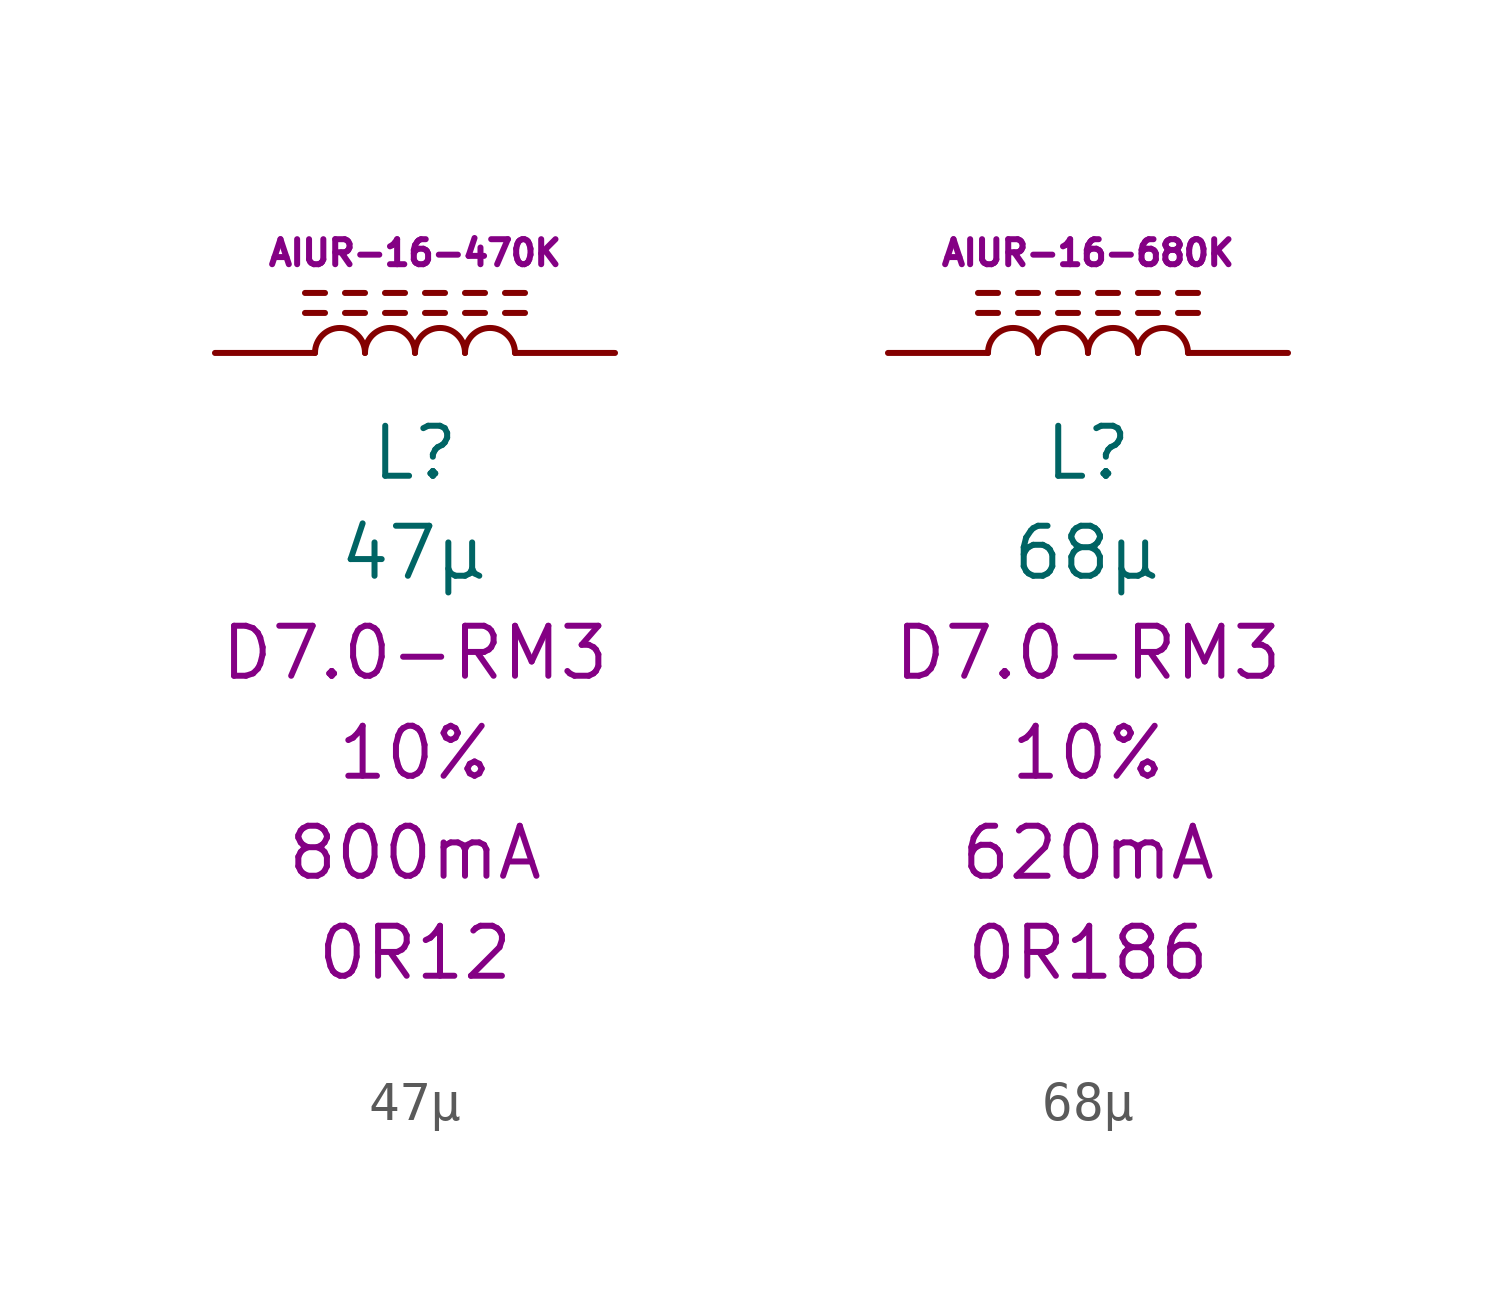
<source format=kicad_sym>
(kicad_symbol_lib
  (version 20231120)
  (generator "kicad_symbol_editor")
  (generator_version "8.0")
  (symbol "47µ"
    (pin_numbers hide)
    (pin_names
      (offset 1.016) hide)
    (property "Reference" "L"
      (at 0 -2.54 0)
      (effects (font (size 1.27 1.27))))
    (property "Value" "47µ"
      (at 0 -5.08 0)
      (effects (font (size 1.27 1.27))))
    (property "Package" "D7.0-RM3"
      (at 0 -7.62 0)
      (effects (font (size 1.27 1.27))))
    (property "Tolerance" "10%"
      (at 0 -10.16 0)
      (effects (font (size 1.27 1.27))))
    (property "Current" "800mA"
      (at 0 -12.7 0)
      (effects (font (size 1.27 1.27))))
    (property "DCR" "0R12"
      (at 0 -15.24 0)
      (effects (font (size 1.27 1.27))))
    (property "MPN" "AIUR-16-470K"
      (at 0 2.54 0)
      (effects (font (size 0.635 0.635))))
    (symbol "47µ_0_1"
      (arc (start -1.27 0) (mid -1.905 0.6323) (end -2.54 0) (stroke (width 0) (type default)) (fill (type none)))
      (arc (start 0 0) (mid -0.635 0.6323) (end -1.27 0) (stroke (width 0) (type default)) (fill (type none)))
      (polyline (pts (xy -2.794 1.524) (xy -2.286 1.524)) (stroke (width 0) (type default)) (fill (type none)))
      (polyline (pts (xy -2.286 1.016) (xy -2.794 1.016)) (stroke (width 0) (type default)) (fill (type none)))
      (polyline (pts (xy -1.778 1.524) (xy -1.27 1.524)) (stroke (width 0) (type default)) (fill (type none)))
      (polyline (pts (xy -1.27 1.016) (xy -1.778 1.016)) (stroke (width 0) (type default)) (fill (type none)))
      (polyline (pts (xy -0.762 1.524) (xy -0.254 1.524)) (stroke (width 0) (type default)) (fill (type none)))
      (polyline (pts (xy -0.254 1.016) (xy -0.762 1.016)) (stroke (width 0) (type default)) (fill (type none)))
      (polyline (pts (xy 0.254 1.524) (xy 0.762 1.524)) (stroke (width 0) (type default)) (fill (type none)))
      (polyline (pts (xy 0.762 1.016) (xy 0.254 1.016)) (stroke (width 0) (type default)) (fill (type none)))
      (polyline (pts (xy 1.27 1.524) (xy 1.778 1.524)) (stroke (width 0) (type default)) (fill (type none)))
      (polyline (pts (xy 1.778 1.016) (xy 1.27 1.016)) (stroke (width 0) (type default)) (fill (type none)))
      (polyline (pts (xy 2.286 1.524) (xy 2.794 1.524)) (stroke (width 0) (type default)) (fill (type none)))
      (polyline (pts (xy 2.794 1.016) (xy 2.286 1.016)) (stroke (width 0) (type default)) (fill (type none)))
      (arc (start 1.27 0) (mid 0.635 0.6323) (end 0 0) (stroke (width 0) (type default)) (fill (type none)))
      (arc (start 2.54 0) (mid 1.905 0.6323) (end 1.27 0) (stroke (width 0) (type default)) (fill (type none))))
    (symbol "47µ_1_1"
      (pin passive line (at -5.08 0 0) (length 2.54) (name "1" (effects (font (size 1.27 1.27)))) (number "1" (effects (font (size 1.27 1.27)))))
      (pin passive line (at 5.08 0 180) (length 2.54) (name "2" (effects (font (size 1.27 1.27)))) (number "2" (effects (font (size 1.27 1.27)))))))
  (symbol "68µ"
    (pin_numbers hide)
    (pin_names
      (offset 1.016) hide)
    (property "Reference" "L"
      (at 0 -2.54 0)
      (effects (font (size 1.27 1.27))))
    (property "Value" "68µ"
      (at 0 -5.08 0)
      (effects (font (size 1.27 1.27))))
    (property "Package" "D7.0-RM3"
      (at 0 -7.62 0)
      (effects (font (size 1.27 1.27))))
    (property "Tolerance" "10%"
      (at 0 -10.16 0)
      (effects (font (size 1.27 1.27))))
    (property "Current" "620mA"
      (at 0 -12.7 0)
      (effects (font (size 1.27 1.27))))
    (property "DCR" "0R186"
      (at 0 -15.24 0)
      (effects (font (size 1.27 1.27))))
    (property "MPN" "AIUR-16-680K"
      (at 0 2.54 0)
      (effects (font (size 0.635 0.635))))
    (symbol "68µ_0_1"
      (arc (start -1.27 0) (mid -1.905 0.6323) (end -2.54 0) (stroke (width 0) (type default)) (fill (type none)))
      (arc (start 0 0) (mid -0.635 0.6323) (end -1.27 0) (stroke (width 0) (type default)) (fill (type none)))
      (polyline (pts (xy -2.794 1.524) (xy -2.286 1.524)) (stroke (width 0) (type default)) (fill (type none)))
      (polyline (pts (xy -2.286 1.016) (xy -2.794 1.016)) (stroke (width 0) (type default)) (fill (type none)))
      (polyline (pts (xy -1.778 1.524) (xy -1.27 1.524)) (stroke (width 0) (type default)) (fill (type none)))
      (polyline (pts (xy -1.27 1.016) (xy -1.778 1.016)) (stroke (width 0) (type default)) (fill (type none)))
      (polyline (pts (xy -0.762 1.524) (xy -0.254 1.524)) (stroke (width 0) (type default)) (fill (type none)))
      (polyline (pts (xy -0.254 1.016) (xy -0.762 1.016)) (stroke (width 0) (type default)) (fill (type none)))
      (polyline (pts (xy 0.254 1.524) (xy 0.762 1.524)) (stroke (width 0) (type default)) (fill (type none)))
      (polyline (pts (xy 0.762 1.016) (xy 0.254 1.016)) (stroke (width 0) (type default)) (fill (type none)))
      (polyline (pts (xy 1.27 1.524) (xy 1.778 1.524)) (stroke (width 0) (type default)) (fill (type none)))
      (polyline (pts (xy 1.778 1.016) (xy 1.27 1.016)) (stroke (width 0) (type default)) (fill (type none)))
      (polyline (pts (xy 2.286 1.524) (xy 2.794 1.524)) (stroke (width 0) (type default)) (fill (type none)))
      (polyline (pts (xy 2.794 1.016) (xy 2.286 1.016)) (stroke (width 0) (type default)) (fill (type none)))
      (arc (start 1.27 0) (mid 0.635 0.6323) (end 0 0) (stroke (width 0) (type default)) (fill (type none)))
      (arc (start 2.54 0) (mid 1.905 0.6323) (end 1.27 0) (stroke (width 0) (type default)) (fill (type none))))
    (symbol "68µ_1_1"
      (pin passive line (at -5.08 0 0) (length 2.54) (name "1" (effects (font (size 1.27 1.27)))) (number "1" (effects (font (size 1.27 1.27)))))
      (pin passive line (at 5.08 0 180) (length 2.54) (name "2" (effects (font (size 1.27 1.27)))) (number "2" (effects (font (size 1.27 1.27))))))))
</source>
